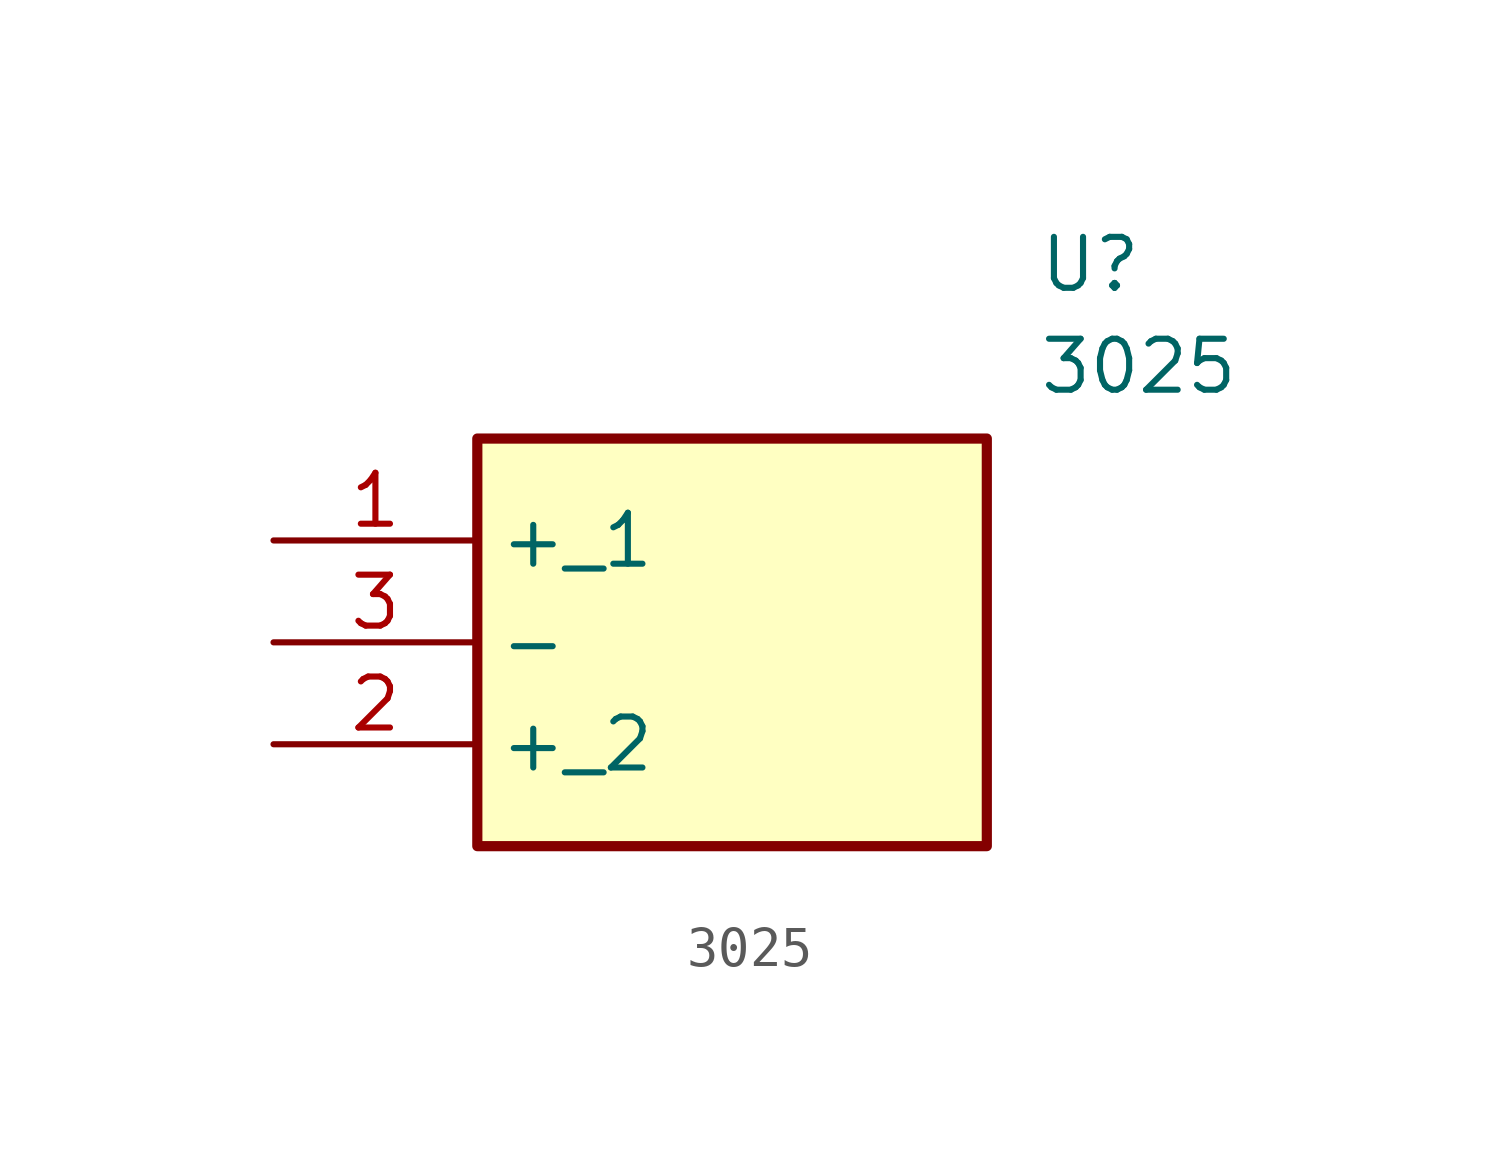
<source format=kicad_sym>
(kicad_symbol_lib
  (version 20211014)
  (generator SamacSys_ECAD_Model)
  (symbol "3025"
    (property "Reference" "U"
      (at 19.05 7.62 0)
      (effects (font (size 1.27 1.27)) (justify left top)))
    (property "Value" "3025"
      (at 19.05 5.08 0)
      (effects (font (size 1.27 1.27)) (justify left top)))
    (rectangle
      (start 5.08 2.54)
      (end 17.78 -7.62)
      (stroke (width 0.254) (type default))
      (fill (type background)))
    (pin passive line
      (at 0 0 0)
      (length 5.08)
      (name "+_1" (effects (font (size 1.27 1.27))))
      (number "1" (effects (font (size 1.27 1.27)))))
    (pin passive line
      (at 0 -5.08 0)
      (length 5.08)
      (name "+_2" (effects (font (size 1.27 1.27))))
      (number "2" (effects (font (size 1.27 1.27)))))
    (pin passive line
      (at 0 -2.54 0)
      (length 5.08)
      (name "-" (effects (font (size 1.27 1.27))))
      (number "3" (effects (font (size 1.27 1.27)))))))
</source>
